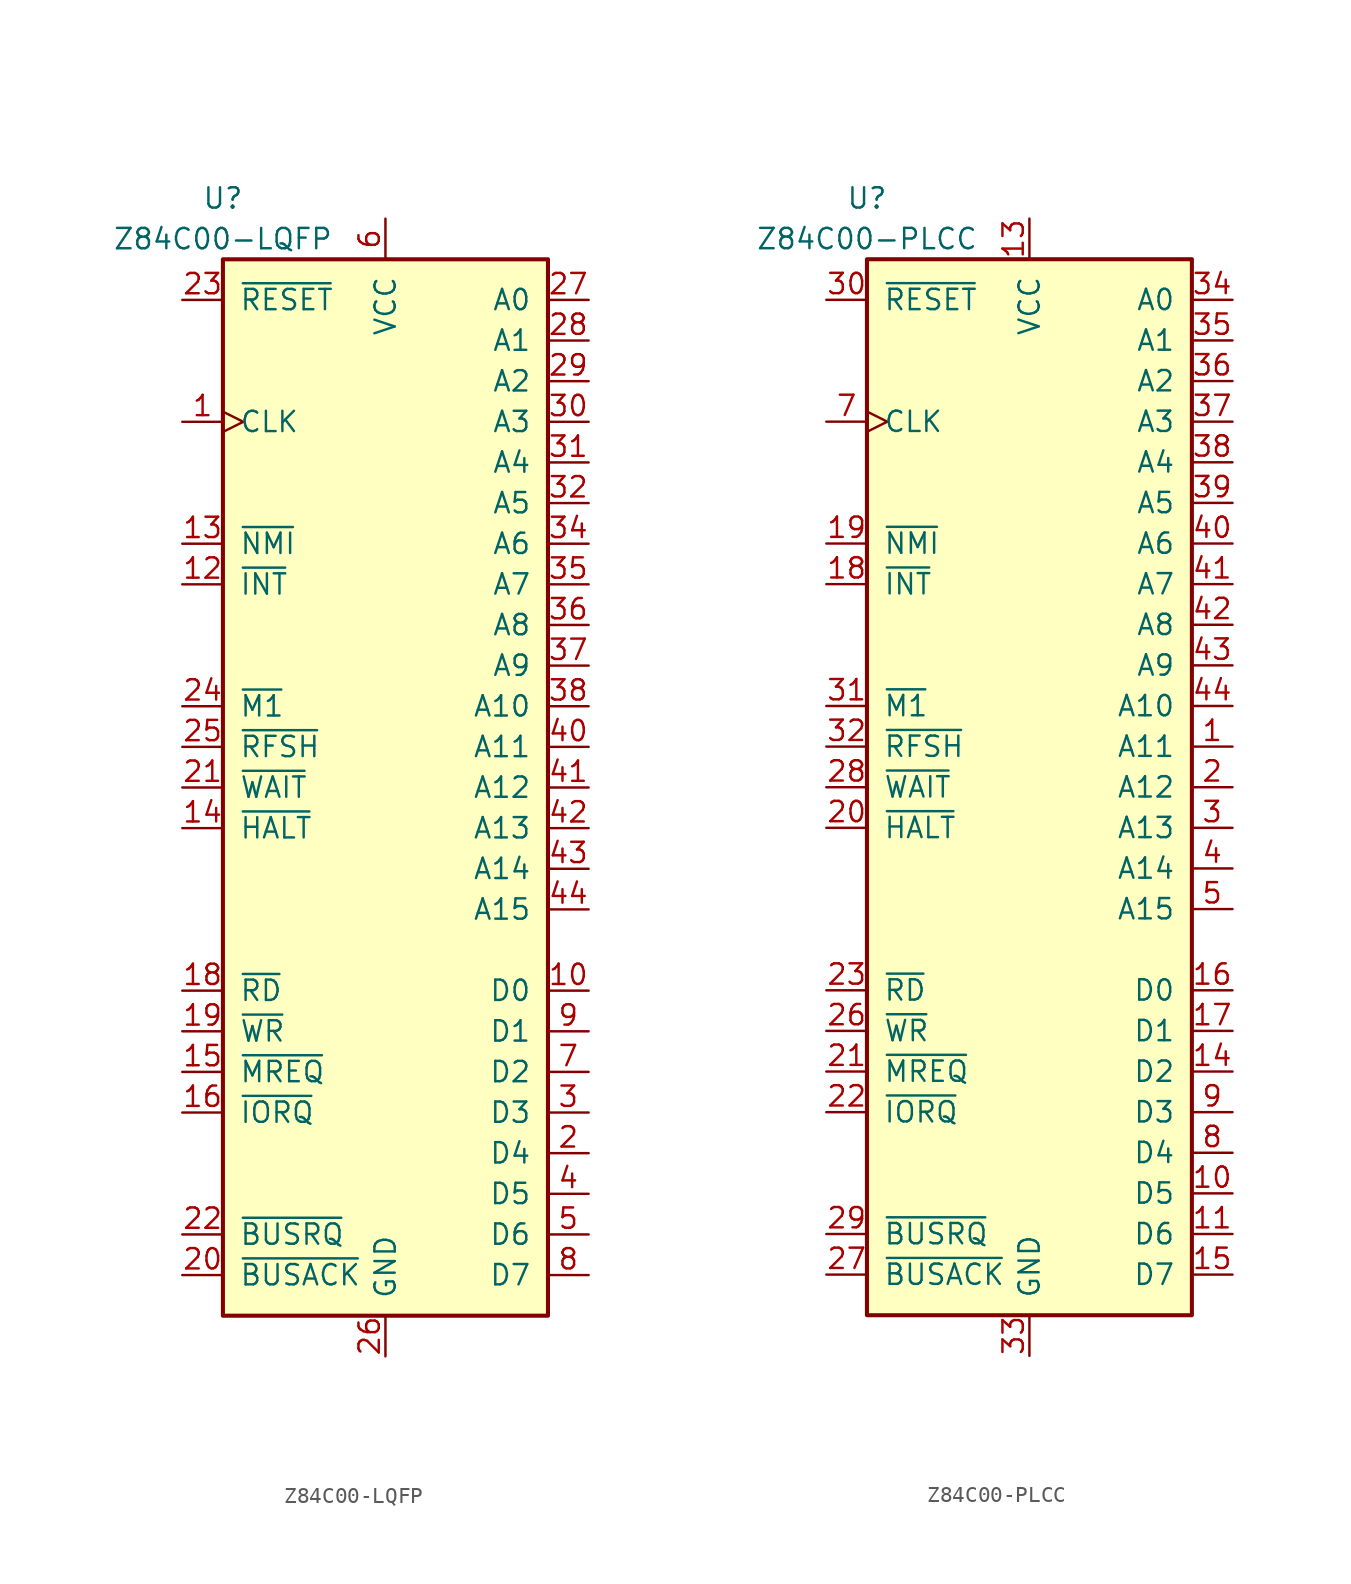
<source format=kicad_sym>
(kicad_symbol_lib
  (version 20211014)
  (generator kicad_symbol_editor)
  (symbol "Z84C00-LQFP"
    (pin_names
      (offset 1.016))
    (property "Reference" "U"
      (at -10.16 36.83 0)
      (effects (font (size 1.27 1.27))))
    (property "Value" "Z84C00-LQFP"
      (at -10.16 34.29 0)
      (effects (font (size 1.27 1.27))))
    (symbol "Z84C00-LQFP_0_1"
      (rectangle (start -10.16 33.02) (end 10.16 -33.02) (stroke (width 0.254) (type default) (color 0 0 0 0)) (fill (type background))))
    (symbol "Z84C00-LQFP_1_1"
      (pin input clock (at -12.7 22.86 0) (length 2.54) (name "CLK" (effects (font (size 1.27 1.27)))) (number "1" (effects (font (size 1.27 1.27)))))
      (pin bidirectional line (at 12.7 -12.7 180) (length 2.54) (name "D0" (effects (font (size 1.27 1.27)))) (number "10" (effects (font (size 1.27 1.27)))))
      (pin no_connect line (at -10.16 27.94 0) (length 0) hide (name "NC" (effects (font (size 1.27 1.27)))) (number "11" (effects (font (size 1.27 1.27)))))
      (pin input line (at -12.7 12.7 0) (length 2.54) (name "~{INT}" (effects (font (size 1.27 1.27)))) (number "12" (effects (font (size 1.27 1.27)))))
      (pin input line (at -12.7 15.24 0) (length 2.54) (name "~{NMI}" (effects (font (size 1.27 1.27)))) (number "13" (effects (font (size 1.27 1.27)))))
      (pin output line (at -12.7 -2.54 0) (length 2.54) (name "~{HALT}" (effects (font (size 1.27 1.27)))) (number "14" (effects (font (size 1.27 1.27)))))
      (pin output line (at -12.7 -17.78 0) (length 2.54) (name "~{MREQ}" (effects (font (size 1.27 1.27)))) (number "15" (effects (font (size 1.27 1.27)))))
      (pin output line (at -12.7 -20.32 0) (length 2.54) (name "~{IORQ}" (effects (font (size 1.27 1.27)))) (number "16" (effects (font (size 1.27 1.27)))))
      (pin no_connect line (at -10.16 25.4 0) (length 0) hide (name "NC" (effects (font (size 1.27 1.27)))) (number "17" (effects (font (size 1.27 1.27)))))
      (pin output line (at -12.7 -12.7 0) (length 2.54) (name "~{RD}" (effects (font (size 1.27 1.27)))) (number "18" (effects (font (size 1.27 1.27)))))
      (pin output line (at -12.7 -15.24 0) (length 2.54) (name "~{WR}" (effects (font (size 1.27 1.27)))) (number "19" (effects (font (size 1.27 1.27)))))
      (pin bidirectional line (at 12.7 -22.86 180) (length 2.54) (name "D4" (effects (font (size 1.27 1.27)))) (number "2" (effects (font (size 1.27 1.27)))))
      (pin output line (at -12.7 -30.48 0) (length 2.54) (name "~{BUSACK}" (effects (font (size 1.27 1.27)))) (number "20" (effects (font (size 1.27 1.27)))))
      (pin input line (at -12.7 0 0) (length 2.54) (name "~{WAIT}" (effects (font (size 1.27 1.27)))) (number "21" (effects (font (size 1.27 1.27)))))
      (pin input line (at -12.7 -27.94 0) (length 2.54) (name "~{BUSRQ}" (effects (font (size 1.27 1.27)))) (number "22" (effects (font (size 1.27 1.27)))))
      (pin input line (at -12.7 30.48 0) (length 2.54) (name "~{RESET}" (effects (font (size 1.27 1.27)))) (number "23" (effects (font (size 1.27 1.27)))))
      (pin output line (at -12.7 5.08 0) (length 2.54) (name "~{M1}" (effects (font (size 1.27 1.27)))) (number "24" (effects (font (size 1.27 1.27)))))
      (pin output line (at -12.7 2.54 0) (length 2.54) (name "~{RFSH}" (effects (font (size 1.27 1.27)))) (number "25" (effects (font (size 1.27 1.27)))))
      (pin power_in line (at 0 -35.56 90) (length 2.54) (name "GND" (effects (font (size 1.27 1.27)))) (number "26" (effects (font (size 1.27 1.27)))))
      (pin output line (at 12.7 30.48 180) (length 2.54) (name "A0" (effects (font (size 1.27 1.27)))) (number "27" (effects (font (size 1.27 1.27)))))
      (pin output line (at 12.7 27.94 180) (length 2.54) (name "A1" (effects (font (size 1.27 1.27)))) (number "28" (effects (font (size 1.27 1.27)))))
      (pin output line (at 12.7 25.4 180) (length 2.54) (name "A2" (effects (font (size 1.27 1.27)))) (number "29" (effects (font (size 1.27 1.27)))))
      (pin bidirectional line (at 12.7 -20.32 180) (length 2.54) (name "D3" (effects (font (size 1.27 1.27)))) (number "3" (effects (font (size 1.27 1.27)))))
      (pin output line (at 12.7 22.86 180) (length 2.54) (name "A3" (effects (font (size 1.27 1.27)))) (number "30" (effects (font (size 1.27 1.27)))))
      (pin output line (at 12.7 20.32 180) (length 2.54) (name "A4" (effects (font (size 1.27 1.27)))) (number "31" (effects (font (size 1.27 1.27)))))
      (pin output line (at 12.7 17.78 180) (length 2.54) (name "A5" (effects (font (size 1.27 1.27)))) (number "32" (effects (font (size 1.27 1.27)))))
      (pin no_connect line (at -10.16 20.32 0) (length 0) hide (name "NC" (effects (font (size 1.27 1.27)))) (number "33" (effects (font (size 1.27 1.27)))))
      (pin output line (at 12.7 15.24 180) (length 2.54) (name "A6" (effects (font (size 1.27 1.27)))) (number "34" (effects (font (size 1.27 1.27)))))
      (pin output line (at 12.7 12.7 180) (length 2.54) (name "A7" (effects (font (size 1.27 1.27)))) (number "35" (effects (font (size 1.27 1.27)))))
      (pin output line (at 12.7 10.16 180) (length 2.54) (name "A8" (effects (font (size 1.27 1.27)))) (number "36" (effects (font (size 1.27 1.27)))))
      (pin output line (at 12.7 7.62 180) (length 2.54) (name "A9" (effects (font (size 1.27 1.27)))) (number "37" (effects (font (size 1.27 1.27)))))
      (pin output line (at 12.7 5.08 180) (length 2.54) (name "A10" (effects (font (size 1.27 1.27)))) (number "38" (effects (font (size 1.27 1.27)))))
      (pin no_connect line (at -10.16 17.78 0) (length 0) hide (name "NC" (effects (font (size 1.27 1.27)))) (number "39" (effects (font (size 1.27 1.27)))))
      (pin bidirectional line (at 12.7 -25.4 180) (length 2.54) (name "D5" (effects (font (size 1.27 1.27)))) (number "4" (effects (font (size 1.27 1.27)))))
      (pin output line (at 12.7 2.54 180) (length 2.54) (name "A11" (effects (font (size 1.27 1.27)))) (number "40" (effects (font (size 1.27 1.27)))))
      (pin output line (at 12.7 0 180) (length 2.54) (name "A12" (effects (font (size 1.27 1.27)))) (number "41" (effects (font (size 1.27 1.27)))))
      (pin output line (at 12.7 -2.54 180) (length 2.54) (name "A13" (effects (font (size 1.27 1.27)))) (number "42" (effects (font (size 1.27 1.27)))))
      (pin output line (at 12.7 -5.08 180) (length 2.54) (name "A14" (effects (font (size 1.27 1.27)))) (number "43" (effects (font (size 1.27 1.27)))))
      (pin output line (at 12.7 -7.62 180) (length 2.54) (name "A15" (effects (font (size 1.27 1.27)))) (number "44" (effects (font (size 1.27 1.27)))))
      (pin bidirectional line (at 12.7 -27.94 180) (length 2.54) (name "D6" (effects (font (size 1.27 1.27)))) (number "5" (effects (font (size 1.27 1.27)))))
      (pin power_in line (at 0 35.56 270) (length 2.54) (name "VCC" (effects (font (size 1.27 1.27)))) (number "6" (effects (font (size 1.27 1.27)))))
      (pin bidirectional line (at 12.7 -17.78 180) (length 2.54) (name "D2" (effects (font (size 1.27 1.27)))) (number "7" (effects (font (size 1.27 1.27)))))
      (pin bidirectional line (at 12.7 -30.48 180) (length 2.54) (name "D7" (effects (font (size 1.27 1.27)))) (number "8" (effects (font (size 1.27 1.27)))))
      (pin bidirectional line (at 12.7 -15.24 180) (length 2.54) (name "D1" (effects (font (size 1.27 1.27)))) (number "9" (effects (font (size 1.27 1.27)))))))
  (symbol "Z84C00-PLCC"
    (pin_names
      (offset 1.016))
    (property "Reference" "U"
      (at -10.16 36.83 0)
      (effects (font (size 1.27 1.27))))
    (property "Value" "Z84C00-PLCC"
      (at -10.16 34.29 0)
      (effects (font (size 1.27 1.27))))
    (symbol "Z84C00-PLCC_0_1"
      (rectangle (start -10.16 33.02) (end 10.16 -33.02) (stroke (width 0.254) (type default) (color 0 0 0 0)) (fill (type background))))
    (symbol "Z84C00-PLCC_1_1"
      (pin output line (at 12.7 2.54 180) (length 2.54) (name "A11" (effects (font (size 1.27 1.27)))) (number "1" (effects (font (size 1.27 1.27)))))
      (pin bidirectional line (at 12.7 -25.4 180) (length 2.54) (name "D5" (effects (font (size 1.27 1.27)))) (number "10" (effects (font (size 1.27 1.27)))))
      (pin bidirectional line (at 12.7 -27.94 180) (length 2.54) (name "D6" (effects (font (size 1.27 1.27)))) (number "11" (effects (font (size 1.27 1.27)))))
      (pin no_connect line (at -10.16 25.4 0) (length 0) hide (name "NC" (effects (font (size 1.27 1.27)))) (number "12" (effects (font (size 1.27 1.27)))))
      (pin power_in line (at 0 35.56 270) (length 2.54) (name "VCC" (effects (font (size 1.27 1.27)))) (number "13" (effects (font (size 1.27 1.27)))))
      (pin bidirectional line (at 12.7 -17.78 180) (length 2.54) (name "D2" (effects (font (size 1.27 1.27)))) (number "14" (effects (font (size 1.27 1.27)))))
      (pin bidirectional line (at 12.7 -30.48 180) (length 2.54) (name "D7" (effects (font (size 1.27 1.27)))) (number "15" (effects (font (size 1.27 1.27)))))
      (pin bidirectional line (at 12.7 -12.7 180) (length 2.54) (name "D0" (effects (font (size 1.27 1.27)))) (number "16" (effects (font (size 1.27 1.27)))))
      (pin bidirectional line (at 12.7 -15.24 180) (length 2.54) (name "D1" (effects (font (size 1.27 1.27)))) (number "17" (effects (font (size 1.27 1.27)))))
      (pin input line (at -12.7 12.7 0) (length 2.54) (name "~{INT}" (effects (font (size 1.27 1.27)))) (number "18" (effects (font (size 1.27 1.27)))))
      (pin input line (at -12.7 15.24 0) (length 2.54) (name "~{NMI}" (effects (font (size 1.27 1.27)))) (number "19" (effects (font (size 1.27 1.27)))))
      (pin output line (at 12.7 0 180) (length 2.54) (name "A12" (effects (font (size 1.27 1.27)))) (number "2" (effects (font (size 1.27 1.27)))))
      (pin output line (at -12.7 -2.54 0) (length 2.54) (name "~{HALT}" (effects (font (size 1.27 1.27)))) (number "20" (effects (font (size 1.27 1.27)))))
      (pin output line (at -12.7 -17.78 0) (length 2.54) (name "~{MREQ}" (effects (font (size 1.27 1.27)))) (number "21" (effects (font (size 1.27 1.27)))))
      (pin output line (at -12.7 -20.32 0) (length 2.54) (name "~{IORQ}" (effects (font (size 1.27 1.27)))) (number "22" (effects (font (size 1.27 1.27)))))
      (pin output line (at -12.7 -12.7 0) (length 2.54) (name "~{RD}" (effects (font (size 1.27 1.27)))) (number "23" (effects (font (size 1.27 1.27)))))
      (pin no_connect line (at -10.16 20.32 0) (length 0) hide (name "NC" (effects (font (size 1.27 1.27)))) (number "24" (effects (font (size 1.27 1.27)))))
      (pin no_connect line (at -10.16 17.78 0) (length 0) hide (name "NC" (effects (font (size 1.27 1.27)))) (number "25" (effects (font (size 1.27 1.27)))))
      (pin output line (at -12.7 -15.24 0) (length 2.54) (name "~{WR}" (effects (font (size 1.27 1.27)))) (number "26" (effects (font (size 1.27 1.27)))))
      (pin output line (at -12.7 -30.48 0) (length 2.54) (name "~{BUSACK}" (effects (font (size 1.27 1.27)))) (number "27" (effects (font (size 1.27 1.27)))))
      (pin input line (at -12.7 0 0) (length 2.54) (name "~{WAIT}" (effects (font (size 1.27 1.27)))) (number "28" (effects (font (size 1.27 1.27)))))
      (pin input line (at -12.7 -27.94 0) (length 2.54) (name "~{BUSRQ}" (effects (font (size 1.27 1.27)))) (number "29" (effects (font (size 1.27 1.27)))))
      (pin output line (at 12.7 -2.54 180) (length 2.54) (name "A13" (effects (font (size 1.27 1.27)))) (number "3" (effects (font (size 1.27 1.27)))))
      (pin input line (at -12.7 30.48 0) (length 2.54) (name "~{RESET}" (effects (font (size 1.27 1.27)))) (number "30" (effects (font (size 1.27 1.27)))))
      (pin output line (at -12.7 5.08 0) (length 2.54) (name "~{M1}" (effects (font (size 1.27 1.27)))) (number "31" (effects (font (size 1.27 1.27)))))
      (pin output line (at -12.7 2.54 0) (length 2.54) (name "~{RFSH}" (effects (font (size 1.27 1.27)))) (number "32" (effects (font (size 1.27 1.27)))))
      (pin power_in line (at 0 -35.56 90) (length 2.54) (name "GND" (effects (font (size 1.27 1.27)))) (number "33" (effects (font (size 1.27 1.27)))))
      (pin output line (at 12.7 30.48 180) (length 2.54) (name "A0" (effects (font (size 1.27 1.27)))) (number "34" (effects (font (size 1.27 1.27)))))
      (pin output line (at 12.7 27.94 180) (length 2.54) (name "A1" (effects (font (size 1.27 1.27)))) (number "35" (effects (font (size 1.27 1.27)))))
      (pin output line (at 12.7 25.4 180) (length 2.54) (name "A2" (effects (font (size 1.27 1.27)))) (number "36" (effects (font (size 1.27 1.27)))))
      (pin output line (at 12.7 22.86 180) (length 2.54) (name "A3" (effects (font (size 1.27 1.27)))) (number "37" (effects (font (size 1.27 1.27)))))
      (pin output line (at 12.7 20.32 180) (length 2.54) (name "A4" (effects (font (size 1.27 1.27)))) (number "38" (effects (font (size 1.27 1.27)))))
      (pin output line (at 12.7 17.78 180) (length 2.54) (name "A5" (effects (font (size 1.27 1.27)))) (number "39" (effects (font (size 1.27 1.27)))))
      (pin output line (at 12.7 -5.08 180) (length 2.54) (name "A14" (effects (font (size 1.27 1.27)))) (number "4" (effects (font (size 1.27 1.27)))))
      (pin output line (at 12.7 15.24 180) (length 2.54) (name "A6" (effects (font (size 1.27 1.27)))) (number "40" (effects (font (size 1.27 1.27)))))
      (pin output line (at 12.7 12.7 180) (length 2.54) (name "A7" (effects (font (size 1.27 1.27)))) (number "41" (effects (font (size 1.27 1.27)))))
      (pin output line (at 12.7 10.16 180) (length 2.54) (name "A8" (effects (font (size 1.27 1.27)))) (number "42" (effects (font (size 1.27 1.27)))))
      (pin output line (at 12.7 7.62 180) (length 2.54) (name "A9" (effects (font (size 1.27 1.27)))) (number "43" (effects (font (size 1.27 1.27)))))
      (pin output line (at 12.7 5.08 180) (length 2.54) (name "A10" (effects (font (size 1.27 1.27)))) (number "44" (effects (font (size 1.27 1.27)))))
      (pin output line (at 12.7 -7.62 180) (length 2.54) (name "A15" (effects (font (size 1.27 1.27)))) (number "5" (effects (font (size 1.27 1.27)))))
      (pin no_connect line (at -10.16 27.94 0) (length 0) hide (name "NC" (effects (font (size 1.27 1.27)))) (number "6" (effects (font (size 1.27 1.27)))))
      (pin input clock (at -12.7 22.86 0) (length 2.54) (name "CLK" (effects (font (size 1.27 1.27)))) (number "7" (effects (font (size 1.27 1.27)))))
      (pin bidirectional line (at 12.7 -22.86 180) (length 2.54) (name "D4" (effects (font (size 1.27 1.27)))) (number "8" (effects (font (size 1.27 1.27)))))
      (pin bidirectional line (at 12.7 -20.32 180) (length 2.54) (name "D3" (effects (font (size 1.27 1.27)))) (number "9" (effects (font (size 1.27 1.27))))))))
</source>
